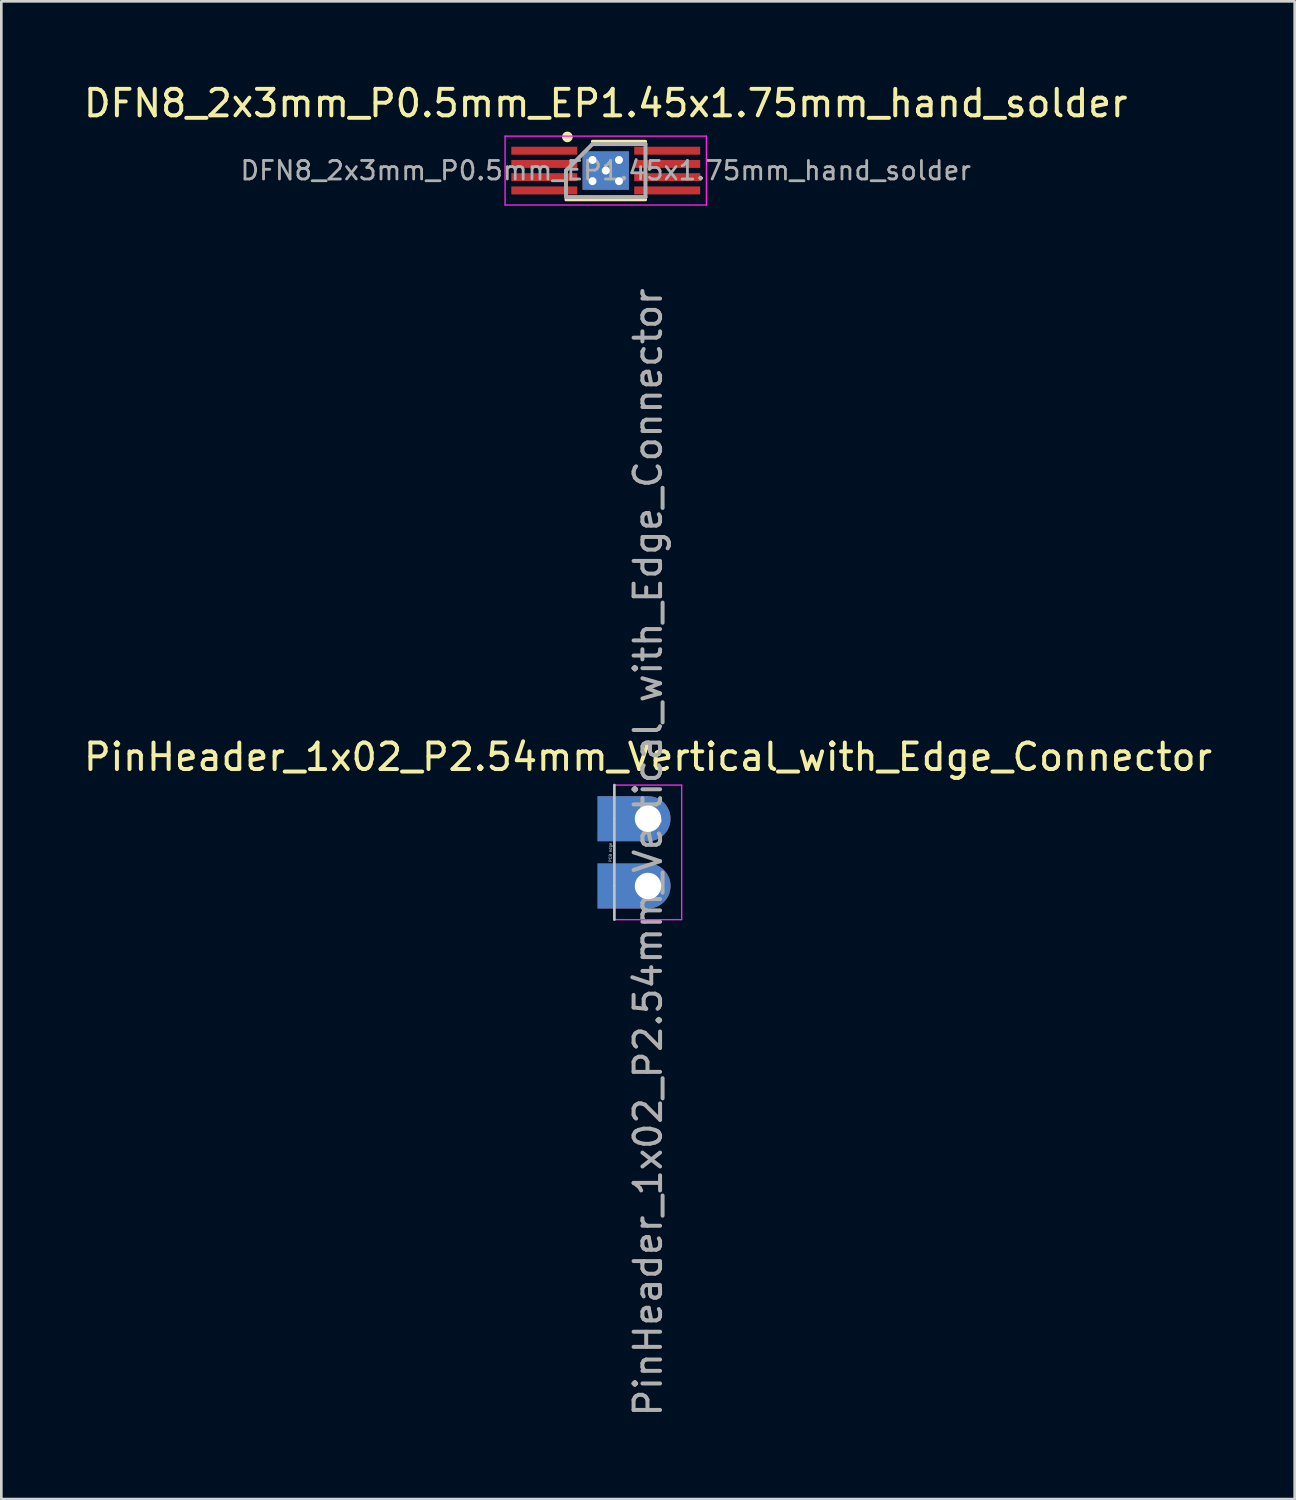
<source format=kicad_pcb>
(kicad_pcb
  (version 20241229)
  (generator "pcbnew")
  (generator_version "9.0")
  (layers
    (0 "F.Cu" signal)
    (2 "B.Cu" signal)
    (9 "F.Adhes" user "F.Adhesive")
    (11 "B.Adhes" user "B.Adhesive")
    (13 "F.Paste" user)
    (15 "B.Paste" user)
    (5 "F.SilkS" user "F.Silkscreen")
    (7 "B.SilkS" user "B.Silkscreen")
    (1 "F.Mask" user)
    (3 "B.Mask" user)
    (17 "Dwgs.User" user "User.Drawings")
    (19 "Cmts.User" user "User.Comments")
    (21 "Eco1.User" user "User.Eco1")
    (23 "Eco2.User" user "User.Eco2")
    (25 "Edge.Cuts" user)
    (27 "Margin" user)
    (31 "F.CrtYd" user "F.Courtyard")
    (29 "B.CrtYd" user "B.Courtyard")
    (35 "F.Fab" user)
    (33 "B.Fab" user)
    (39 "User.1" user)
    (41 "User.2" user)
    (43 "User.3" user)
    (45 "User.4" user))
  (footprint "DFN8_2x3mm_P0.5mm_EP1.45x1.75mm_hand_solder"
    (layer "F.Cu")
    (at 19.815 3.388)
    (property "Reference" "DFN8_2x3mm_P0.5mm_EP1.45x1.75mm_hand_solder" (at 0 -2.54 0) (layer "F.SilkS") (effects (font (size 1 1) (thickness 0.15))))
    (attr smd)
    (fp_line (start 1.5 -1.1) (end -0.5 -1.1) (stroke (width 0.12) (type solid)) (layer "F.SilkS"))
    (fp_line (start 1.5 1.1) (end -1.5 1.1) (stroke (width 0.12) (type solid)) (layer "F.SilkS"))
    (fp_circle (center -1.448 -1.27) (end -1.248 -1.27) (stroke (width 0) (type solid)) (fill yes) (layer "F.SilkS"))
    (fp_line (start -3.8 -1.3) (end -3.8 1.3) (stroke (width 0.05) (type solid)) (layer "F.CrtYd"))
    (fp_line (start -3.8 -1.3) (end 3.8 -1.3) (stroke (width 0.05) (type solid)) (layer "F.CrtYd"))
    (fp_line (start -3.8 1.3) (end 3.8 1.3) (stroke (width 0.05) (type solid)) (layer "F.CrtYd"))
    (fp_line (start 3.8 -1.3) (end 3.8 1.3) (stroke (width 0.05) (type solid)) (layer "F.CrtYd"))
    (fp_line (start -1.5 0) (end -0.5 -1) (stroke (width 0.15) (type solid)) (layer "F.Fab"))
    (fp_line (start -1.5 1) (end -1.5 0) (stroke (width 0.15) (type solid)) (layer "F.Fab"))
    (fp_line (start -0.5 -1) (end 1.5 -1) (stroke (width 0.15) (type solid)) (layer "F.Fab"))
    (fp_line (start 1.5 -1) (end 1.5 1) (stroke (width 0.15) (type solid)) (layer "F.Fab"))
    (fp_line (start 1.5 1) (end -1.5 1) (stroke (width 0.15) (type solid)) (layer "F.Fab"))
    (fp_text user "${REFERENCE}" (at 0 0 0) (layer "F.Fab") (effects (font (size 0.7 0.7) (thickness 0.105))))
    (pad "" smd roundrect (at -0.5 0) (size 0.55 1.3) (layers "F.Paste") (roundrect_rratio 0.25))
    (pad "" smd roundrect (at 0 -0.45) (size 1.6 0.456) (layers "F.Paste") (roundrect_rratio 0.25))
    (pad "" smd roundrect (at 0 0.45) (size 1.6 0.456) (layers "F.Paste") (roundrect_rratio 0.25))
    (pad "" smd roundrect (at 0.5 0) (size 0.55 1.3) (layers "F.Paste") (roundrect_rratio 0.25))
    (pad "1" smd rect (at -2.32 -0.75) (size 2.49 0.3) (layers "F.Cu" "F.Mask" "F.Paste"))
    (pad "2" smd rect (at -2.32 -0.25) (size 2.49 0.3) (layers "F.Cu" "F.Mask" "F.Paste"))
    (pad "3" smd rect (at -2.32 0.25) (size 2.49 0.3) (layers "F.Cu" "F.Mask" "F.Paste"))
    (pad "4" smd rect (at -2.32 0.75) (size 2.49 0.3) (layers "F.Cu" "F.Mask" "F.Paste"))
    (pad "5" smd rect (at 2.32 0.75) (size 2.49 0.3) (layers "F.Cu" "F.Mask" "F.Paste"))
    (pad "6" smd rect (at 2.32 0.25) (size 2.49 0.3) (layers "F.Cu" "F.Mask" "F.Paste"))
    (pad "7" smd rect (at 2.32 -0.25) (size 2.49 0.3) (layers "F.Cu" "F.Mask" "F.Paste"))
    (pad "8" smd rect (at 2.32 -0.75) (size 2.49 0.3) (layers "F.Cu" "F.Mask" "F.Paste"))
    (pad "9" thru_hole circle (at -0.5 -0.4) (size 0.6 0.6) (drill 0.3) (layers "*.Cu" "*.Mask"))
    (pad "9" thru_hole circle (at -0.5 0.4) (size 0.6 0.6) (drill 0.3) (layers "*.Cu" "*.Mask"))
    (pad "9" thru_hole circle (at 0 0) (size 0.6 0.6) (drill 0.3) (layers "*.Cu" "*.Mask"))
    (pad "9" smd rect (at 0 0) (size 1.75 1.45) (layers "F.Cu" "F.Mask"))
    (pad "9" smd rect (at 0 0) (size 1.75 1.45) (layers "B.Cu" "B.Mask"))
    (pad "9" thru_hole circle (at 0.5 -0.4) (size 0.6 0.6) (drill 0.3) (layers "*.Cu" "*.Mask"))
    (pad "9" thru_hole circle (at 0.5 0.4) (size 0.6 0.6) (drill 0.3) (layers "*.Cu" "*.Mask")))
  (footprint "PinHeader_1x02_P2.54mm_Vertical_with_Edge_Connector"
    (layer "F.Cu")
    (at 21.411 27.854)
    (property "Reference" "PinHeader_1x02_P2.54mm_Vertical_with_Edge_Connector" (at 0 -2.33 0) (layer "F.SilkS") (effects (font (size 1 1) (thickness 0.15))))
    (attr through_hole)
    (fp_line (start -1.27 -1.27) (end -1.27 3.81) (stroke (width 0.1) (type solid)) (layer "Dwgs.User"))
    (fp_line (start -1.27 -1.27) (end -1.27 3.81) (stroke (width 0.05) (type solid)) (layer "F.CrtYd"))
    (fp_line (start -1.27 3.81) (end 1.27 3.81) (stroke (width 0.05) (type solid)) (layer "F.CrtYd"))
    (fp_line (start 1.27 -1.27) (end -1.27 -1.27) (stroke (width 0.05) (type solid)) (layer "F.CrtYd"))
    (fp_line (start 1.27 3.81) (end 1.27 -1.27) (stroke (width 0.05) (type solid)) (layer "F.CrtYd"))
    (fp_text user "PCB edge" (at -1.422 1.27 90) (unlocked yes) (layer "Dwgs.User") (effects (font (size 0.1 0.1) (thickness 0.015))))
    (fp_text user "${REFERENCE}" (at 0 1.27 90) (layer "F.Fab") (effects (font (size 1 1) (thickness 0.15))))
    (pad "1" thru_hole custom (at -1.27 0) (size 0.025 0.025) (drill 1) (property pad_prop_castellated) (layers "*.Cu" "*.Mask") (options (anchor circle)) (primitives (gr_poly (pts (xy 1.27 0.85) (xy -0.635 0.85) (xy -0.635 -0.85) (xy 1.27 -0.85)) (width 0) (fill yes))))
    (pad "1" thru_hole oval (at 0 0) (size 1.7 1.7) (drill 1) (layers "*.Cu" "*.Mask"))
    (pad "2" thru_hole custom (at -1.27 2.54) (size 0.025 0.025) (drill 1) (property pad_prop_castellated) (layers "*.Cu" "*.Mask") (options (anchor circle)) (primitives (gr_poly (pts (xy 1.27 0.85) (xy -0.635 0.85) (xy -0.635 -0.85) (xy 1.27 -0.85)) (width 0) (fill yes))))
    (pad "2" thru_hole oval (at 0 2.54) (size 1.7 1.7) (drill 1) (layers "*.Cu" "*.Mask")))
  (gr_rect
    (start -3 -3)
    (end 45.821 53.535)
    (stroke (width 0.1) (type default))
    (fill no)
    (layer "Edge.Cuts")))
</source>
